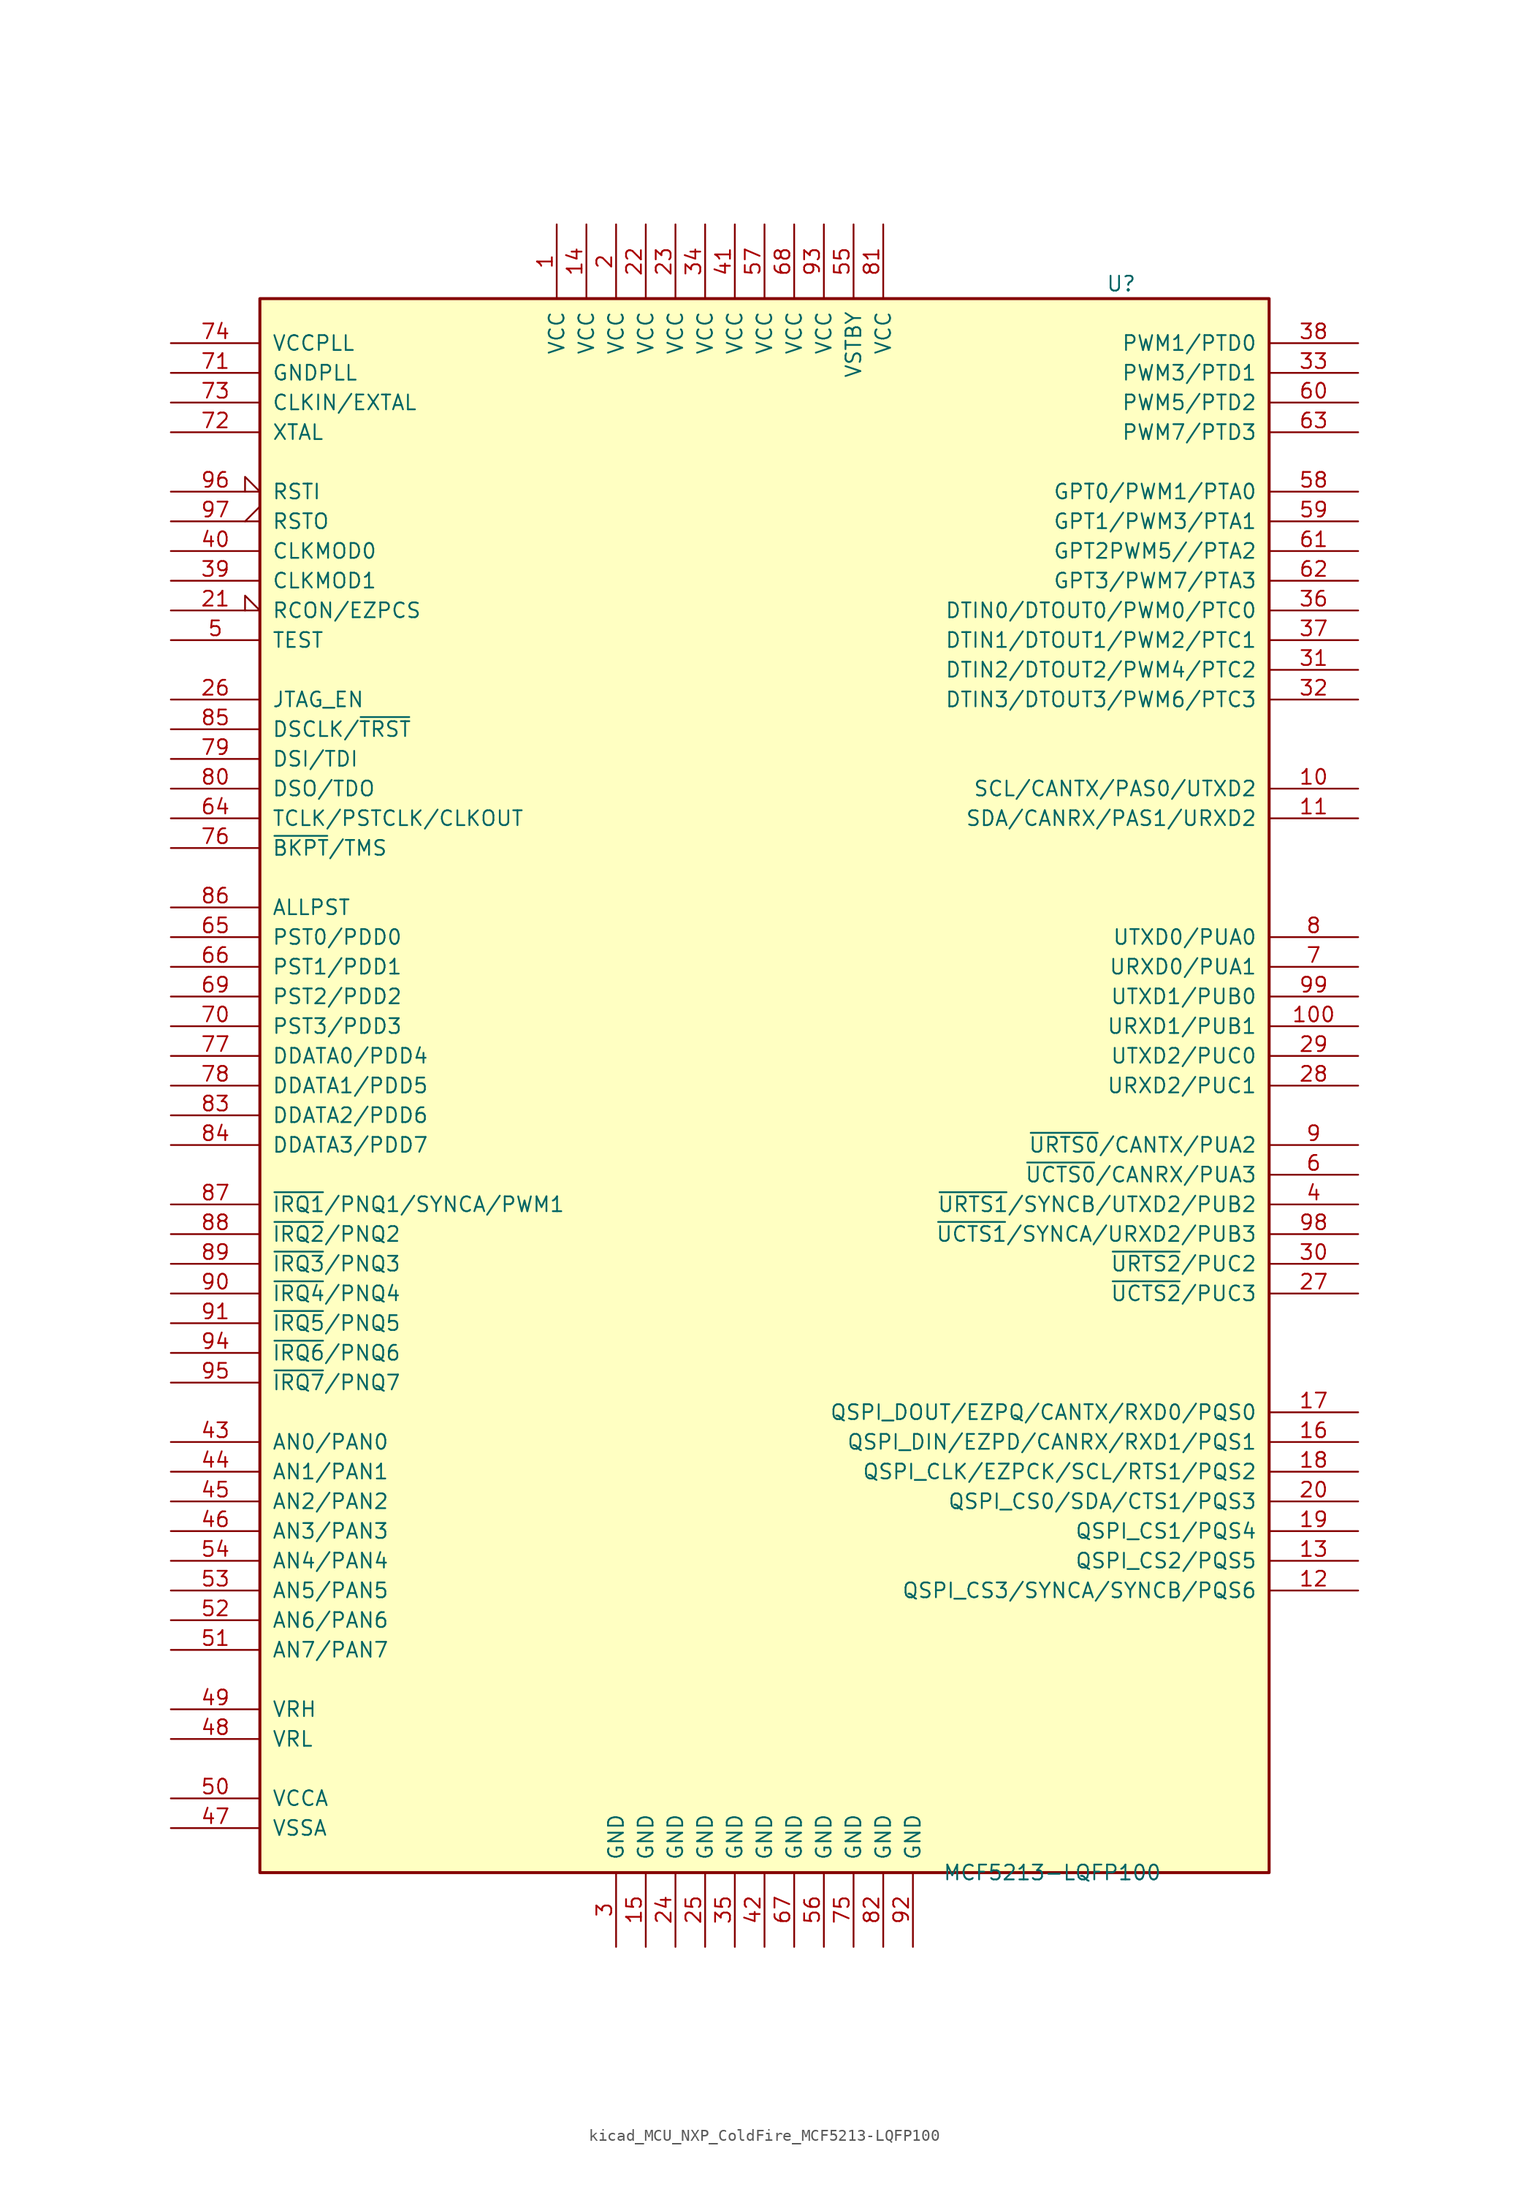
<source format=kicad_sym>
(kicad_symbol_lib
  (version 20220914)
  (generator kicad_symbol_editor)
  (symbol "kicad_MCU_NXP_ColdFire_MCF5213-LQFP100"
    (pin_names
      (offset 1.016))
    (property "Reference" "U"
      (at 29.21 68.58 0)
      (effects (font (size 1.27 1.27)) (justify left)))
    (property "Value" "MCF5213-LQFP100"
      (at 15.24 -67.31 0)
      (effects (font (size 1.27 1.27)) (justify left)))
    (symbol "kicad_MCU_NXP_ColdFire_MCF5213-LQFP100_0_1"
      (rectangle (start -43.18 67.31) (end 43.18 -67.31) (stroke (width 0.254) (type default)) (fill (type background))))
    (symbol "kicad_MCU_NXP_ColdFire_MCF5213-LQFP100_1_1"
      (pin power_in line (at -17.78 73.66 270) (length 6.35) (name "VCC" (effects (font (size 1.27 1.27)))) (number "1" (effects (font (size 1.27 1.27)))))
      (pin bidirectional line (at 50.8 25.4 180) (length 7.62) (name "SCL/CANTX/PAS0/UTXD2" (effects (font (size 1.27 1.27)))) (number "10" (effects (font (size 1.27 1.27)))))
      (pin bidirectional line (at 50.8 5.08 180) (length 7.62) (name "URXD1/PUB1" (effects (font (size 1.27 1.27)))) (number "100" (effects (font (size 1.27 1.27)))))
      (pin bidirectional line (at 50.8 22.86 180) (length 7.62) (name "SDA/CANRX/PAS1/URXD2" (effects (font (size 1.27 1.27)))) (number "11" (effects (font (size 1.27 1.27)))))
      (pin bidirectional line (at 50.8 -43.18 180) (length 7.62) (name "QSPI_CS3/SYNCA/SYNCB/PQS6" (effects (font (size 1.27 1.27)))) (number "12" (effects (font (size 1.27 1.27)))))
      (pin bidirectional line (at 50.8 -40.64 180) (length 7.62) (name "QSPI_CS2/PQS5" (effects (font (size 1.27 1.27)))) (number "13" (effects (font (size 1.27 1.27)))))
      (pin power_in line (at -15.24 73.66 270) (length 6.35) (name "VCC" (effects (font (size 1.27 1.27)))) (number "14" (effects (font (size 1.27 1.27)))))
      (pin power_in line (at -10.16 -73.66 90) (length 6.35) (name "GND" (effects (font (size 1.27 1.27)))) (number "15" (effects (font (size 1.27 1.27)))))
      (pin bidirectional line (at 50.8 -30.48 180) (length 7.62) (name "QSPI_DIN/EZPD/CANRX/RXD1/PQS1" (effects (font (size 1.27 1.27)))) (number "16" (effects (font (size 1.27 1.27)))))
      (pin bidirectional line (at 50.8 -27.94 180) (length 7.62) (name "QSPI_DOUT/EZPQ/CANTX/RXD0/PQS0" (effects (font (size 1.27 1.27)))) (number "17" (effects (font (size 1.27 1.27)))))
      (pin bidirectional line (at 50.8 -33.02 180) (length 7.62) (name "QSPI_CLK/EZPCK/SCL/RTS1/PQS2" (effects (font (size 1.27 1.27)))) (number "18" (effects (font (size 1.27 1.27)))))
      (pin bidirectional line (at 50.8 -38.1 180) (length 7.62) (name "QSPI_CS1/PQS4" (effects (font (size 1.27 1.27)))) (number "19" (effects (font (size 1.27 1.27)))))
      (pin power_in line (at -12.7 73.66 270) (length 6.35) (name "VCC" (effects (font (size 1.27 1.27)))) (number "2" (effects (font (size 1.27 1.27)))))
      (pin bidirectional line (at 50.8 -35.56 180) (length 7.62) (name "QSPI_CS0/SDA/CTS1/PQS3" (effects (font (size 1.27 1.27)))) (number "20" (effects (font (size 1.27 1.27)))))
      (pin input input_low (at -50.8 40.64 0) (length 7.62) (name "RCON/EZPCS" (effects (font (size 1.27 1.27)))) (number "21" (effects (font (size 1.27 1.27)))))
      (pin power_in line (at -10.16 73.66 270) (length 6.35) (name "VCC" (effects (font (size 1.27 1.27)))) (number "22" (effects (font (size 1.27 1.27)))))
      (pin power_in line (at -7.62 73.66 270) (length 6.35) (name "VCC" (effects (font (size 1.27 1.27)))) (number "23" (effects (font (size 1.27 1.27)))))
      (pin power_in line (at -7.62 -73.66 90) (length 6.35) (name "GND" (effects (font (size 1.27 1.27)))) (number "24" (effects (font (size 1.27 1.27)))))
      (pin power_in line (at -5.08 -73.66 90) (length 6.35) (name "GND" (effects (font (size 1.27 1.27)))) (number "25" (effects (font (size 1.27 1.27)))))
      (pin input line (at -50.8 33.02 0) (length 7.62) (name "JTAG_EN" (effects (font (size 1.27 1.27)))) (number "26" (effects (font (size 1.27 1.27)))))
      (pin bidirectional line (at 50.8 -17.78 180) (length 7.62) (name "~{UCTS2}/PUC3" (effects (font (size 1.27 1.27)))) (number "27" (effects (font (size 1.27 1.27)))))
      (pin bidirectional line (at 50.8 0 180) (length 7.62) (name "URXD2/PUC1" (effects (font (size 1.27 1.27)))) (number "28" (effects (font (size 1.27 1.27)))))
      (pin bidirectional line (at 50.8 2.54 180) (length 7.62) (name "UTXD2/PUC0" (effects (font (size 1.27 1.27)))) (number "29" (effects (font (size 1.27 1.27)))))
      (pin power_in line (at -12.7 -73.66 90) (length 6.35) (name "GND" (effects (font (size 1.27 1.27)))) (number "3" (effects (font (size 1.27 1.27)))))
      (pin bidirectional line (at 50.8 -15.24 180) (length 7.62) (name "~{URTS2}/PUC2" (effects (font (size 1.27 1.27)))) (number "30" (effects (font (size 1.27 1.27)))))
      (pin bidirectional line (at 50.8 35.56 180) (length 7.62) (name "DTIN2/DTOUT2/PWM4/PTC2" (effects (font (size 1.27 1.27)))) (number "31" (effects (font (size 1.27 1.27)))))
      (pin bidirectional line (at 50.8 33.02 180) (length 7.62) (name "DTIN3/DTOUT3/PWM6/PTC3" (effects (font (size 1.27 1.27)))) (number "32" (effects (font (size 1.27 1.27)))))
      (pin bidirectional line (at 50.8 60.96 180) (length 7.62) (name "PWM3/PTD1" (effects (font (size 1.27 1.27)))) (number "33" (effects (font (size 1.27 1.27)))))
      (pin power_in line (at -5.08 73.66 270) (length 6.35) (name "VCC" (effects (font (size 1.27 1.27)))) (number "34" (effects (font (size 1.27 1.27)))))
      (pin power_in line (at -2.54 -73.66 90) (length 6.35) (name "GND" (effects (font (size 1.27 1.27)))) (number "35" (effects (font (size 1.27 1.27)))))
      (pin bidirectional line (at 50.8 40.64 180) (length 7.62) (name "DTIN0/DTOUT0/PWM0/PTC0" (effects (font (size 1.27 1.27)))) (number "36" (effects (font (size 1.27 1.27)))))
      (pin bidirectional line (at 50.8 38.1 180) (length 7.62) (name "DTIN1/DTOUT1/PWM2/PTC1" (effects (font (size 1.27 1.27)))) (number "37" (effects (font (size 1.27 1.27)))))
      (pin bidirectional line (at 50.8 63.5 180) (length 7.62) (name "PWM1/PTD0" (effects (font (size 1.27 1.27)))) (number "38" (effects (font (size 1.27 1.27)))))
      (pin input line (at -50.8 43.18 0) (length 7.62) (name "CLKMOD1" (effects (font (size 1.27 1.27)))) (number "39" (effects (font (size 1.27 1.27)))))
      (pin bidirectional line (at 50.8 -10.16 180) (length 7.62) (name "~{URTS1}/SYNCB/UTXD2/PUB2" (effects (font (size 1.27 1.27)))) (number "4" (effects (font (size 1.27 1.27)))))
      (pin input line (at -50.8 45.72 0) (length 7.62) (name "CLKMOD0" (effects (font (size 1.27 1.27)))) (number "40" (effects (font (size 1.27 1.27)))))
      (pin power_in line (at -2.54 73.66 270) (length 6.35) (name "VCC" (effects (font (size 1.27 1.27)))) (number "41" (effects (font (size 1.27 1.27)))))
      (pin power_in line (at 0 -73.66 90) (length 6.35) (name "GND" (effects (font (size 1.27 1.27)))) (number "42" (effects (font (size 1.27 1.27)))))
      (pin bidirectional line (at -50.8 -30.48 0) (length 7.62) (name "AN0/PAN0" (effects (font (size 1.27 1.27)))) (number "43" (effects (font (size 1.27 1.27)))))
      (pin bidirectional line (at -50.8 -33.02 0) (length 7.62) (name "AN1/PAN1" (effects (font (size 1.27 1.27)))) (number "44" (effects (font (size 1.27 1.27)))))
      (pin bidirectional line (at -50.8 -35.56 0) (length 7.62) (name "AN2/PAN2" (effects (font (size 1.27 1.27)))) (number "45" (effects (font (size 1.27 1.27)))))
      (pin bidirectional line (at -50.8 -38.1 0) (length 7.62) (name "AN3/PAN3" (effects (font (size 1.27 1.27)))) (number "46" (effects (font (size 1.27 1.27)))))
      (pin input line (at -50.8 -63.5 0) (length 7.62) (name "VSSA" (effects (font (size 1.27 1.27)))) (number "47" (effects (font (size 1.27 1.27)))))
      (pin input line (at -50.8 -55.88 0) (length 7.62) (name "VRL" (effects (font (size 1.27 1.27)))) (number "48" (effects (font (size 1.27 1.27)))))
      (pin input line (at -50.8 -53.34 0) (length 7.62) (name "VRH" (effects (font (size 1.27 1.27)))) (number "49" (effects (font (size 1.27 1.27)))))
      (pin input line (at -50.8 38.1 0) (length 7.62) (name "TEST" (effects (font (size 1.27 1.27)))) (number "5" (effects (font (size 1.27 1.27)))))
      (pin input line (at -50.8 -60.96 0) (length 7.62) (name "VCCA" (effects (font (size 1.27 1.27)))) (number "50" (effects (font (size 1.27 1.27)))))
      (pin bidirectional line (at -50.8 -48.26 0) (length 7.62) (name "AN7/PAN7" (effects (font (size 1.27 1.27)))) (number "51" (effects (font (size 1.27 1.27)))))
      (pin bidirectional line (at -50.8 -45.72 0) (length 7.62) (name "AN6/PAN6" (effects (font (size 1.27 1.27)))) (number "52" (effects (font (size 1.27 1.27)))))
      (pin bidirectional line (at -50.8 -43.18 0) (length 7.62) (name "AN5/PAN5" (effects (font (size 1.27 1.27)))) (number "53" (effects (font (size 1.27 1.27)))))
      (pin bidirectional line (at -50.8 -40.64 0) (length 7.62) (name "AN4/PAN4" (effects (font (size 1.27 1.27)))) (number "54" (effects (font (size 1.27 1.27)))))
      (pin power_in line (at 7.62 73.66 270) (length 6.35) (name "VSTBY" (effects (font (size 1.27 1.27)))) (number "55" (effects (font (size 1.27 1.27)))))
      (pin power_in line (at 5.08 -73.66 90) (length 6.35) (name "GND" (effects (font (size 1.27 1.27)))) (number "56" (effects (font (size 1.27 1.27)))))
      (pin power_in line (at 0 73.66 270) (length 6.35) (name "VCC" (effects (font (size 1.27 1.27)))) (number "57" (effects (font (size 1.27 1.27)))))
      (pin bidirectional line (at 50.8 50.8 180) (length 7.62) (name "GPT0/PWM1/PTA0" (effects (font (size 1.27 1.27)))) (number "58" (effects (font (size 1.27 1.27)))))
      (pin bidirectional line (at 50.8 48.26 180) (length 7.62) (name "GPT1/PWM3/PTA1" (effects (font (size 1.27 1.27)))) (number "59" (effects (font (size 1.27 1.27)))))
      (pin bidirectional line (at 50.8 -7.62 180) (length 7.62) (name "~{UCTS0}/CANRX/PUA3" (effects (font (size 1.27 1.27)))) (number "6" (effects (font (size 1.27 1.27)))))
      (pin bidirectional line (at 50.8 58.42 180) (length 7.62) (name "PWM5/PTD2" (effects (font (size 1.27 1.27)))) (number "60" (effects (font (size 1.27 1.27)))))
      (pin bidirectional line (at 50.8 45.72 180) (length 7.62) (name "GPT2PWM5//PTA2" (effects (font (size 1.27 1.27)))) (number "61" (effects (font (size 1.27 1.27)))))
      (pin bidirectional line (at 50.8 43.18 180) (length 7.62) (name "GPT3/PWM7/PTA3" (effects (font (size 1.27 1.27)))) (number "62" (effects (font (size 1.27 1.27)))))
      (pin bidirectional line (at 50.8 55.88 180) (length 7.62) (name "PWM7/PTD3" (effects (font (size 1.27 1.27)))) (number "63" (effects (font (size 1.27 1.27)))))
      (pin input line (at -50.8 22.86 0) (length 7.62) (name "TCLK/PSTCLK/CLKOUT" (effects (font (size 1.27 1.27)))) (number "64" (effects (font (size 1.27 1.27)))))
      (pin bidirectional line (at -50.8 12.7 0) (length 7.62) (name "PST0/PDD0" (effects (font (size 1.27 1.27)))) (number "65" (effects (font (size 1.27 1.27)))))
      (pin bidirectional line (at -50.8 10.16 0) (length 7.62) (name "PST1/PDD1" (effects (font (size 1.27 1.27)))) (number "66" (effects (font (size 1.27 1.27)))))
      (pin power_in line (at 2.54 -73.66 90) (length 6.35) (name "GND" (effects (font (size 1.27 1.27)))) (number "67" (effects (font (size 1.27 1.27)))))
      (pin power_in line (at 2.54 73.66 270) (length 6.35) (name "VCC" (effects (font (size 1.27 1.27)))) (number "68" (effects (font (size 1.27 1.27)))))
      (pin bidirectional line (at -50.8 7.62 0) (length 7.62) (name "PST2/PDD2" (effects (font (size 1.27 1.27)))) (number "69" (effects (font (size 1.27 1.27)))))
      (pin bidirectional line (at 50.8 10.16 180) (length 7.62) (name "URXD0/PUA1" (effects (font (size 1.27 1.27)))) (number "7" (effects (font (size 1.27 1.27)))))
      (pin bidirectional line (at -50.8 5.08 0) (length 7.62) (name "PST3/PDD3" (effects (font (size 1.27 1.27)))) (number "70" (effects (font (size 1.27 1.27)))))
      (pin passive line (at -50.8 60.96 0) (length 7.62) (name "GNDPLL" (effects (font (size 1.27 1.27)))) (number "71" (effects (font (size 1.27 1.27)))))
      (pin output line (at -50.8 55.88 0) (length 7.62) (name "XTAL" (effects (font (size 1.27 1.27)))) (number "72" (effects (font (size 1.27 1.27)))))
      (pin input line (at -50.8 58.42 0) (length 7.62) (name "CLKIN/EXTAL" (effects (font (size 1.27 1.27)))) (number "73" (effects (font (size 1.27 1.27)))))
      (pin passive line (at -50.8 63.5 0) (length 7.62) (name "VCCPLL" (effects (font (size 1.27 1.27)))) (number "74" (effects (font (size 1.27 1.27)))))
      (pin power_in line (at 7.62 -73.66 90) (length 6.35) (name "GND" (effects (font (size 1.27 1.27)))) (number "75" (effects (font (size 1.27 1.27)))))
      (pin input line (at -50.8 20.32 0) (length 7.62) (name "~{BKPT}/TMS" (effects (font (size 1.27 1.27)))) (number "76" (effects (font (size 1.27 1.27)))))
      (pin bidirectional line (at -50.8 2.54 0) (length 7.62) (name "DDATA0/PDD4" (effects (font (size 1.27 1.27)))) (number "77" (effects (font (size 1.27 1.27)))))
      (pin bidirectional line (at -50.8 0 0) (length 7.62) (name "DDATA1/PDD5" (effects (font (size 1.27 1.27)))) (number "78" (effects (font (size 1.27 1.27)))))
      (pin input line (at -50.8 27.94 0) (length 7.62) (name "DSI/TDI" (effects (font (size 1.27 1.27)))) (number "79" (effects (font (size 1.27 1.27)))))
      (pin bidirectional line (at 50.8 12.7 180) (length 7.62) (name "UTXD0/PUA0" (effects (font (size 1.27 1.27)))) (number "8" (effects (font (size 1.27 1.27)))))
      (pin output line (at -50.8 25.4 0) (length 7.62) (name "DSO/TDO" (effects (font (size 1.27 1.27)))) (number "80" (effects (font (size 1.27 1.27)))))
      (pin power_in line (at 10.16 73.66 270) (length 6.35) (name "VCC" (effects (font (size 1.27 1.27)))) (number "81" (effects (font (size 1.27 1.27)))))
      (pin power_in line (at 10.16 -73.66 90) (length 6.35) (name "GND" (effects (font (size 1.27 1.27)))) (number "82" (effects (font (size 1.27 1.27)))))
      (pin bidirectional line (at -50.8 -2.54 0) (length 7.62) (name "DDATA2/PDD6" (effects (font (size 1.27 1.27)))) (number "83" (effects (font (size 1.27 1.27)))))
      (pin bidirectional line (at -50.8 -5.08 0) (length 7.62) (name "DDATA3/PDD7" (effects (font (size 1.27 1.27)))) (number "84" (effects (font (size 1.27 1.27)))))
      (pin input line (at -50.8 30.48 0) (length 7.62) (name "DSCLK/~{TRST}" (effects (font (size 1.27 1.27)))) (number "85" (effects (font (size 1.27 1.27)))))
      (pin output line (at -50.8 15.24 0) (length 7.62) (name "ALLPST" (effects (font (size 1.27 1.27)))) (number "86" (effects (font (size 1.27 1.27)))))
      (pin bidirectional line (at -50.8 -10.16 0) (length 7.62) (name "~{IRQ1}/PNQ1/SYNCA/PWM1" (effects (font (size 1.27 1.27)))) (number "87" (effects (font (size 1.27 1.27)))))
      (pin bidirectional line (at -50.8 -12.7 0) (length 7.62) (name "~{IRQ2}/PNQ2" (effects (font (size 1.27 1.27)))) (number "88" (effects (font (size 1.27 1.27)))))
      (pin bidirectional line (at -50.8 -15.24 0) (length 7.62) (name "~{IRQ3}/PNQ3" (effects (font (size 1.27 1.27)))) (number "89" (effects (font (size 1.27 1.27)))))
      (pin bidirectional line (at 50.8 -5.08 180) (length 7.62) (name "~{URTS0}/CANTX/PUA2" (effects (font (size 1.27 1.27)))) (number "9" (effects (font (size 1.27 1.27)))))
      (pin bidirectional line (at -50.8 -17.78 0) (length 7.62) (name "~{IRQ4}/PNQ4" (effects (font (size 1.27 1.27)))) (number "90" (effects (font (size 1.27 1.27)))))
      (pin bidirectional line (at -50.8 -20.32 0) (length 7.62) (name "~{IRQ5}/PNQ5" (effects (font (size 1.27 1.27)))) (number "91" (effects (font (size 1.27 1.27)))))
      (pin power_in line (at 12.7 -73.66 90) (length 6.35) (name "GND" (effects (font (size 1.27 1.27)))) (number "92" (effects (font (size 1.27 1.27)))))
      (pin power_in line (at 5.08 73.66 270) (length 6.35) (name "VCC" (effects (font (size 1.27 1.27)))) (number "93" (effects (font (size 1.27 1.27)))))
      (pin bidirectional line (at -50.8 -22.86 0) (length 7.62) (name "~{IRQ6}/PNQ6" (effects (font (size 1.27 1.27)))) (number "94" (effects (font (size 1.27 1.27)))))
      (pin bidirectional line (at -50.8 -25.4 0) (length 7.62) (name "~{IRQ7}/PNQ7" (effects (font (size 1.27 1.27)))) (number "95" (effects (font (size 1.27 1.27)))))
      (pin input input_low (at -50.8 50.8 0) (length 7.62) (name "RSTI" (effects (font (size 1.27 1.27)))) (number "96" (effects (font (size 1.27 1.27)))))
      (pin output output_low (at -50.8 48.26 0) (length 7.62) (name "RSTO" (effects (font (size 1.27 1.27)))) (number "97" (effects (font (size 1.27 1.27)))))
      (pin bidirectional line (at 50.8 -12.7 180) (length 7.62) (name "~{UCTS1}/SYNCA/URXD2/PUB3" (effects (font (size 1.27 1.27)))) (number "98" (effects (font (size 1.27 1.27)))))
      (pin bidirectional line (at 50.8 7.62 180) (length 7.62) (name "UTXD1/PUB0" (effects (font (size 1.27 1.27)))) (number "99" (effects (font (size 1.27 1.27))))))))
</source>
